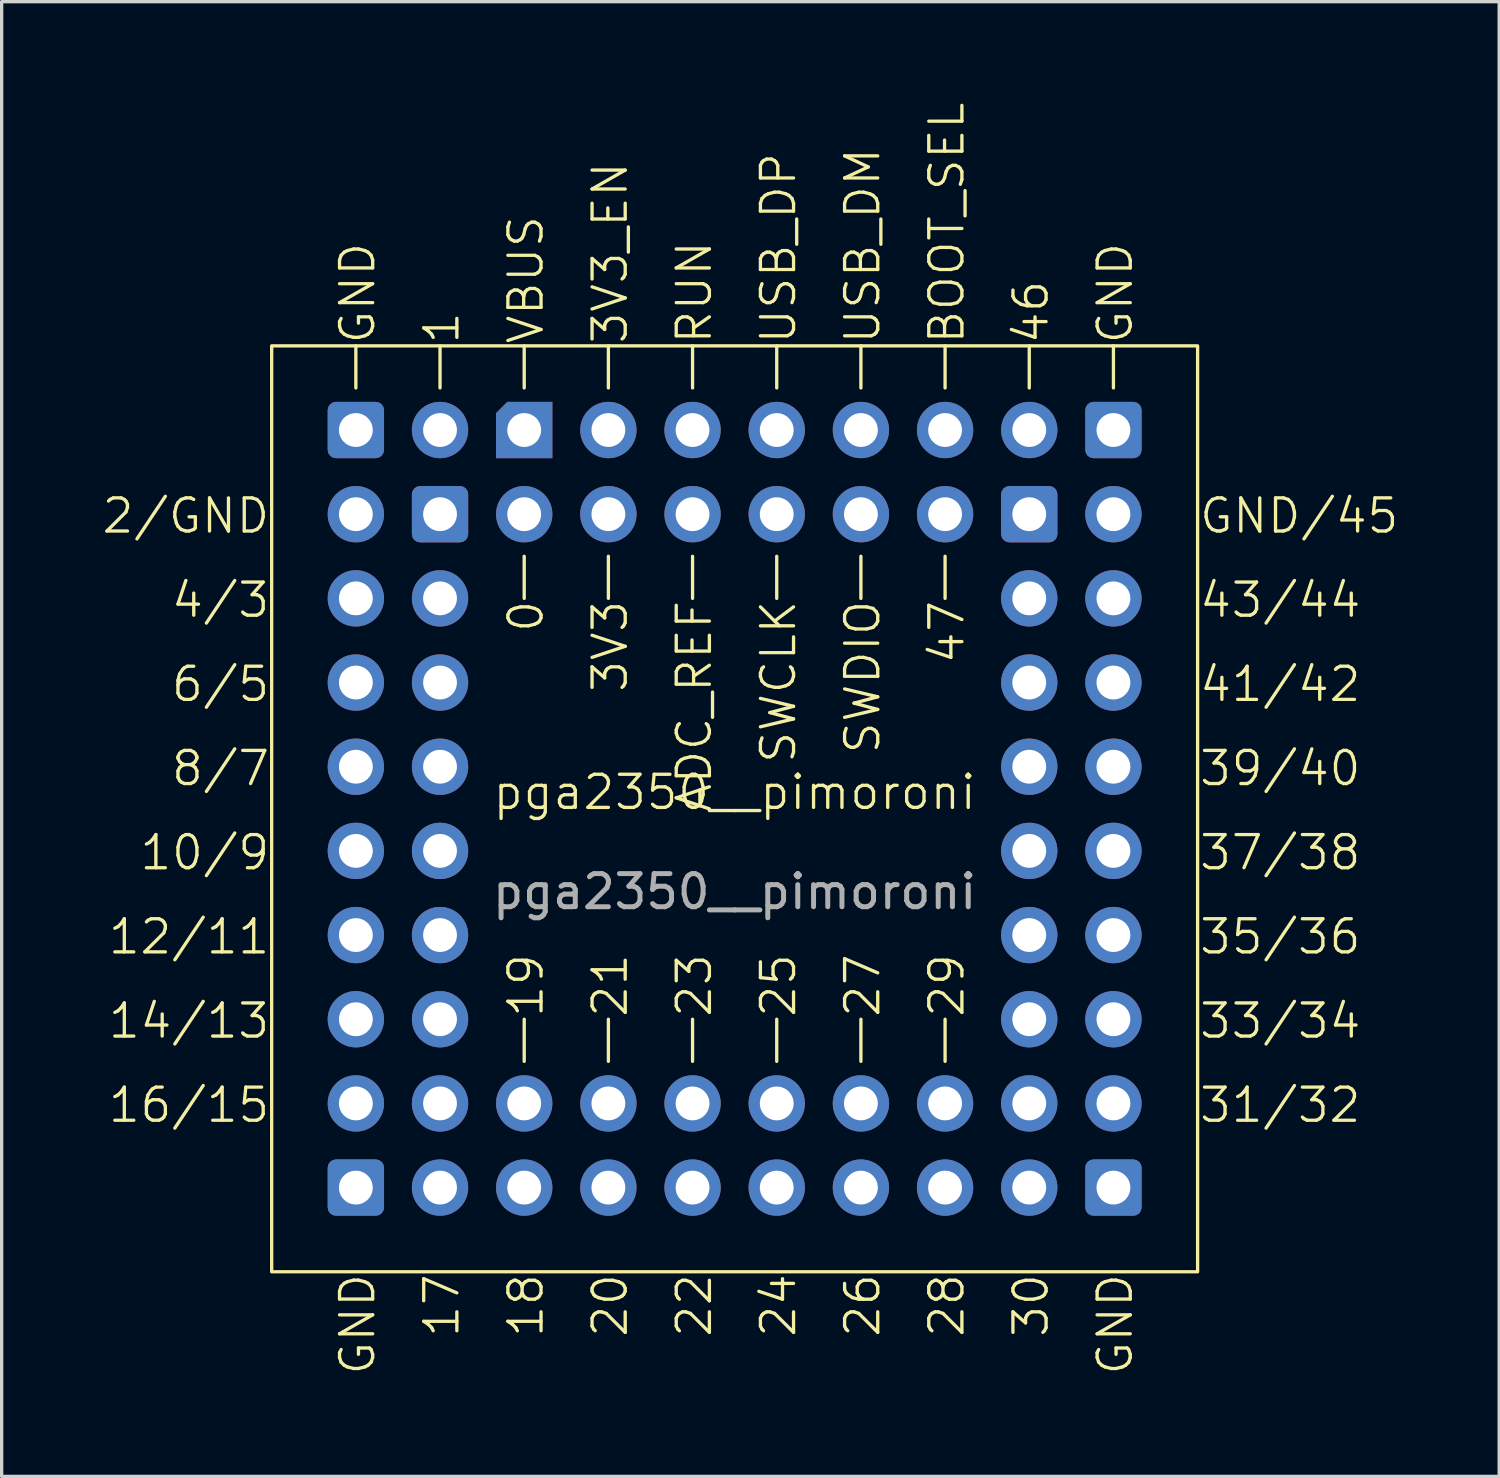
<source format=kicad_pcb>
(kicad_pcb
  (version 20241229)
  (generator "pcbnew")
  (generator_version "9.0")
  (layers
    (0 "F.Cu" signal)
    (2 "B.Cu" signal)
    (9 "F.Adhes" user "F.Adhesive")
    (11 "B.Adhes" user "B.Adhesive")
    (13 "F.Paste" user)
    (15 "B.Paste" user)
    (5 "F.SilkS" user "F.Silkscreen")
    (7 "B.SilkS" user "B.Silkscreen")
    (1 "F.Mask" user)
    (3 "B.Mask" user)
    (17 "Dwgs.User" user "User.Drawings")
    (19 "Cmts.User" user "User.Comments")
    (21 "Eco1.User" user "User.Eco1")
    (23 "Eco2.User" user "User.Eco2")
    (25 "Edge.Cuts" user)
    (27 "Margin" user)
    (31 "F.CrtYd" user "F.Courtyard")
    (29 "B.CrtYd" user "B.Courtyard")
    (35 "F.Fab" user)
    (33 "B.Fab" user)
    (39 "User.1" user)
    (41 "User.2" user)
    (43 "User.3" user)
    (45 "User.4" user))
  (footprint "pga2350__pimoroni"
    (layer "F.Cu")
    (at 19.118 21.356)
    (property "Reference" "pga2350__pimoroni" (at 0 -0.5 0) (unlocked yes) (layer "F.SilkS") (effects (font (size 1 1) (thickness 0.1))))
    (attr through_hole)
    (fp_line (start -11.43 -13.97) (end -11.43 -12.7) (stroke (width 0.1) (type default)) (layer "F.SilkS"))
    (fp_line (start -8.89 -13.97) (end -8.89 -12.7) (stroke (width 0.1) (type default)) (layer "F.SilkS"))
    (fp_line (start -6.35 -13.97) (end -6.35 -12.7) (stroke (width 0.1) (type default)) (layer "F.SilkS"))
    (fp_line (start -6.35 -6.35) (end -6.35 -7.62) (stroke (width 0.1) (type default)) (layer "F.SilkS"))
    (fp_line (start -6.35 7.62) (end -6.35 6.35) (stroke (width 0.1) (type default)) (layer "F.SilkS"))
    (fp_line (start -3.81 -13.97) (end -3.81 -12.7) (stroke (width 0.1) (type default)) (layer "F.SilkS"))
    (fp_line (start -3.81 -6.35) (end -3.81 -7.62) (stroke (width 0.1) (type default)) (layer "F.SilkS"))
    (fp_line (start -3.81 7.62) (end -3.81 6.35) (stroke (width 0.1) (type default)) (layer "F.SilkS"))
    (fp_line (start -1.27 -13.97) (end -1.27 -12.7) (stroke (width 0.1) (type default)) (layer "F.SilkS"))
    (fp_line (start -1.27 -6.35) (end -1.27 -7.62) (stroke (width 0.1) (type default)) (layer "F.SilkS"))
    (fp_line (start -1.27 7.62) (end -1.27 6.35) (stroke (width 0.1) (type default)) (layer "F.SilkS"))
    (fp_line (start 1.27 -13.97) (end 1.27 -12.7) (stroke (width 0.1) (type default)) (layer "F.SilkS"))
    (fp_line (start 1.27 -6.35) (end 1.27 -7.62) (stroke (width 0.1) (type default)) (layer "F.SilkS"))
    (fp_line (start 1.27 7.62) (end 1.27 6.35) (stroke (width 0.1) (type default)) (layer "F.SilkS"))
    (fp_line (start 3.81 -13.97) (end 3.81 -12.7) (stroke (width 0.1) (type default)) (layer "F.SilkS"))
    (fp_line (start 3.81 -6.35) (end 3.81 -7.62) (stroke (width 0.1) (type default)) (layer "F.SilkS"))
    (fp_line (start 3.81 7.62) (end 3.81 6.35) (stroke (width 0.1) (type default)) (layer "F.SilkS"))
    (fp_line (start 6.35 -13.97) (end 6.35 -12.7) (stroke (width 0.1) (type default)) (layer "F.SilkS"))
    (fp_line (start 6.35 -6.35) (end 6.35 -7.62) (stroke (width 0.1) (type default)) (layer "F.SilkS"))
    (fp_line (start 6.35 7.62) (end 6.35 6.35) (stroke (width 0.1) (type default)) (layer "F.SilkS"))
    (fp_line (start 8.89 -13.97) (end 8.89 -12.7) (stroke (width 0.1) (type default)) (layer "F.SilkS"))
    (fp_line (start 11.43 -13.97) (end 11.43 -12.7) (stroke (width 0.1) (type default)) (layer "F.SilkS"))
    (fp_rect (start -13.97 -13.97) (end 13.97 13.97) (stroke (width 0.1) (type default)) (fill no) (layer "F.SilkS"))
    (fp_text user "31/32" (at 13.97 9.525 0) (unlocked yes) (layer "F.SilkS") (effects (font (size 1 1) (thickness 0.1)) (justify left bottom)))
    (fp_text user "8/7" (at -13.97 -0.635 0) (unlocked yes) (layer "F.SilkS") (effects (font (size 1 1) (thickness 0.1)) (justify right bottom)))
    (fp_text user "37/38" (at 13.97 1.905 0) (unlocked yes) (layer "F.SilkS") (effects (font (size 1 1) (thickness 0.1)) (justify left bottom)))
    (fp_text user "30" (at 9.525 13.97 90) (unlocked yes) (layer "F.SilkS") (effects (font (size 1 1) (thickness 0.1)) (justify right bottom)))
    (fp_text user "25" (at 1.905 6.35 90) (unlocked yes) (layer "F.SilkS") (effects (font (size 1 1) (thickness 0.1)) (justify left bottom)))
    (fp_text user "USB_DP" (at 1.905 -13.97 90) (unlocked yes) (layer "F.SilkS") (effects (font (size 1 1) (thickness 0.1)) (justify left bottom)))
    (fp_text user "USB_DM" (at 4.445 -13.97 90) (unlocked yes) (layer "F.SilkS") (effects (font (size 1 1) (thickness 0.1)) (justify left bottom)))
    (fp_text user "12/11" (at -13.97 4.445 0) (unlocked yes) (layer "F.SilkS") (effects (font (size 1 1) (thickness 0.1)) (justify right bottom)))
    (fp_text user "21" (at -3.175 6.35 90) (unlocked yes) (layer "F.SilkS") (effects (font (size 1 1) (thickness 0.1)) (justify left bottom)))
    (fp_text user "0" (at -5.715 -6.35 90) (unlocked yes) (layer "F.SilkS") (effects (font (size 1 1) (thickness 0.1)) (justify right bottom)))
    (fp_text user "35/36" (at 13.97 4.445 0) (unlocked yes) (layer "F.SilkS") (effects (font (size 1 1) (thickness 0.1)) (justify left bottom)))
    (fp_text user "ADC_REF" (at -0.635 -6.35 90) (unlocked yes) (layer "F.SilkS") (effects (font (size 1 1) (thickness 0.1)) (justify right bottom)))
    (fp_text user "GND" (at 12.065 17.145 90) (unlocked yes) (layer "F.SilkS") (effects (font (size 1 1) (thickness 0.1)) (justify left bottom)))
    (fp_text user "SWCLK" (at 1.905 -6.35 90) (unlocked yes) (layer "F.SilkS") (effects (font (size 1 1) (thickness 0.1)) (justify right bottom)))
    (fp_text user "16/15" (at -13.97 9.525 0) (unlocked yes) (layer "F.SilkS") (effects (font (size 1 1) (thickness 0.1)) (justify right bottom)))
    (fp_text user "GND" (at -10.795 17.145 90) (unlocked yes) (layer "F.SilkS") (effects (font (size 1 1) (thickness 0.1)) (justify left bottom)))
    (fp_text user "23" (at -0.635 6.35 90) (unlocked yes) (layer "F.SilkS") (effects (font (size 1 1) (thickness 0.1)) (justify left bottom)))
    (fp_text user "26" (at 4.445 13.97 90) (unlocked yes) (layer "F.SilkS") (effects (font (size 1 1) (thickness 0.1)) (justify right bottom)))
    (fp_text user "17" (at -8.255 13.97 90) (unlocked yes) (layer "F.SilkS") (effects (font (size 1 1) (thickness 0.1)) (justify right bottom)))
    (fp_text user "46" (at 9.525 -13.97 90) (unlocked yes) (layer "F.SilkS") (effects (font (size 1 1) (thickness 0.1)) (justify left bottom)))
    (fp_text user "10/9" (at -13.97 1.905 0) (unlocked yes) (layer "F.SilkS") (effects (font (size 1 1) (thickness 0.1)) (justify right bottom)))
    (fp_text user "BOOT_SEL" (at 6.985 -13.97 90) (unlocked yes) (layer "F.SilkS") (effects (font (size 1 1) (thickness 0.1)) (justify left bottom)))
    (fp_text user "4/3" (at -13.97 -5.715 0) (unlocked yes) (layer "F.SilkS") (effects (font (size 1 1) (thickness 0.1)) (justify right bottom)))
    (fp_text user "1" (at -8.255 -13.97 90) (unlocked yes) (layer "F.SilkS") (effects (font (size 1 1) (thickness 0.1)) (justify left bottom)))
    (fp_text user "RUN" (at -0.635 -13.97 90) (unlocked yes) (layer "F.SilkS") (effects (font (size 1 1) (thickness 0.1)) (justify left bottom)))
    (fp_text user "29" (at 6.985 6.35 90) (unlocked yes) (layer "F.SilkS") (effects (font (size 1 1) (thickness 0.1)) (justify left bottom)))
    (fp_text user "GND" (at 12.065 -13.97 90) (unlocked yes) (layer "F.SilkS") (effects (font (size 1 1) (thickness 0.1)) (justify left bottom)))
    (fp_text user "20" (at -3.175 13.97 90) (unlocked yes) (layer "F.SilkS") (effects (font (size 1 1) (thickness 0.1)) (justify right bottom)))
    (fp_text user "SWDIO" (at 4.445 -6.35 90) (unlocked yes) (layer "F.SilkS") (effects (font (size 1 1) (thickness 0.1)) (justify right bottom)))
    (fp_text user "3V3" (at -3.175 -6.35 90) (unlocked yes) (layer "F.SilkS") (effects (font (size 1 1) (thickness 0.1)) (justify right bottom)))
    (fp_text user "33/34" (at 13.97 6.985 0) (unlocked yes) (layer "F.SilkS") (effects (font (size 1 1) (thickness 0.1)) (justify left bottom)))
    (fp_text user "GND/45" (at 13.97 -8.255 0) (unlocked yes) (layer "F.SilkS") (effects (font (size 1 1) (thickness 0.1)) (justify left bottom)))
    (fp_text user "28" (at 6.985 13.97 90) (unlocked yes) (layer "F.SilkS") (effects (font (size 1 1) (thickness 0.1)) (justify right bottom)))
    (fp_text user "39/40" (at 13.97 -0.635 0) (unlocked yes) (layer "F.SilkS") (effects (font (size 1 1) (thickness 0.1)) (justify left bottom)))
    (fp_text user "6/5" (at -13.97 -3.175 0) (unlocked yes) (layer "F.SilkS") (effects (font (size 1 1) (thickness 0.1)) (justify right bottom)))
    (fp_text user "18" (at -5.715 13.97 90) (unlocked yes) (layer "F.SilkS") (effects (font (size 1 1) (thickness 0.1)) (justify right bottom)))
    (fp_text user "41/42" (at 13.97 -3.175 0) (unlocked yes) (layer "F.SilkS") (effects (font (size 1 1) (thickness 0.1)) (justify left bottom)))
    (fp_text user "14/13" (at -13.97 6.985 0) (unlocked yes) (layer "F.SilkS") (effects (font (size 1 1) (thickness 0.1)) (justify right bottom)))
    (fp_text user "24" (at 1.905 13.97 90) (unlocked yes) (layer "F.SilkS") (effects (font (size 1 1) (thickness 0.1)) (justify right bottom)))
    (fp_text user "19" (at -5.715 6.35 90) (unlocked yes) (layer "F.SilkS") (effects (font (size 1 1) (thickness 0.1)) (justify left bottom)))
    (fp_text user "3V3_EN " (at -3.175 -13.97 90) (unlocked yes) (layer "F.SilkS") (effects (font (size 1 1) (thickness 0.1)) (justify left bottom)))
    (fp_text user "GND" (at -10.795 -13.97 90) (unlocked yes) (layer "F.SilkS") (effects (font (size 1 1) (thickness 0.1)) (justify left bottom)))
    (fp_text user "2/GND" (at -13.97 -8.255 0) (unlocked yes) (layer "F.SilkS") (effects (font (size 1 1) (thickness 0.1)) (justify right bottom)))
    (fp_text user "VBUS" (at -5.715 -13.97 90) (unlocked yes) (layer "F.SilkS") (effects (font (size 1 1) (thickness 0.1)) (justify left bottom)))
    (fp_text user "43/44" (at 13.97 -5.715 0) (unlocked yes) (layer "F.SilkS") (effects (font (size 1 1) (thickness 0.1)) (justify left bottom)))
    (fp_text user "47" (at 6.985 -6.35 90) (unlocked yes) (layer "F.SilkS") (effects (font (size 1 1) (thickness 0.1)) (justify right bottom)))
    (fp_text user "22" (at -0.635 13.97 90) (unlocked yes) (layer "F.SilkS") (effects (font (size 1 1) (thickness 0.1)) (justify right bottom)))
    (fp_text user "27" (at 4.445 6.35 90) (unlocked yes) (layer "F.SilkS") (effects (font (size 1 1) (thickness 0.1)) (justify left bottom)))
    (fp_text user "${REFERENCE}" (at 0 2.5 0) (unlocked yes) (layer "F.Fab") (effects (font (size 1 1) (thickness 0.15))))
    (pad "-" thru_hole roundrect (at -11.43 -11.43) (size 1.7 1.7) (drill oval 1.02) (layers "*.Cu" "*.Mask") (roundrect_rratio 0.147))
    (pad "-" thru_hole roundrect (at -11.43 11.43) (size 1.7 1.7) (drill oval 1.02) (layers "*.Cu" "*.Mask") (roundrect_rratio 0.147))
    (pad "-" thru_hole roundrect (at -8.89 -8.89) (size 1.7 1.7) (drill oval 1.02) (layers "*.Cu" "*.Mask") (roundrect_rratio 0.147))
    (pad "-" thru_hole roundrect (at 8.89 -8.89) (size 1.7 1.7) (drill oval 1.02) (layers "*.Cu" "*.Mask") (roundrect_rratio 0.147))
    (pad "-" thru_hole roundrect (at 11.43 -11.43) (size 1.7 1.7) (drill oval 1.02) (layers "*.Cu" "*.Mask") (roundrect_rratio 0.147))
    (pad "-" thru_hole roundrect (at 11.43 11.43) (size 1.7 1.7) (drill oval 1.02) (layers "*.Cu" "*.Mask") (roundrect_rratio 0.147))
    (pad "0" thru_hole oval (at -6.35 -8.89) (size 1.7 1.7) (drill oval 1.02) (layers "*.Cu" "*.Mask"))
    (pad "1" thru_hole oval (at -8.89 -11.43) (size 1.7 1.7) (drill oval 1.02) (layers "*.Cu" "*.Mask"))
    (pad "2" thru_hole oval (at -11.43 -8.89) (size 1.7 1.7) (drill oval 1.02) (layers "*.Cu" "*.Mask"))
    (pad "3" thru_hole oval (at -8.89 -6.35) (size 1.7 1.7) (drill oval 1.02) (layers "*.Cu" "*.Mask"))
    (pad "3E" thru_hole oval (at -3.81 -11.43) (size 1.7 1.7) (drill oval 1.02) (layers "*.Cu" "*.Mask"))
    (pad "3V" thru_hole oval (at -3.81 -8.89) (size 1.7 1.7) (drill oval 1.02) (layers "*.Cu" "*.Mask"))
    (pad "4" thru_hole oval (at -11.43 -6.35) (size 1.7 1.7) (drill oval 1.02) (layers "*.Cu" "*.Mask"))
    (pad "5" thru_hole oval (at -8.89 -3.81) (size 1.7 1.7) (drill oval 1.02) (layers "*.Cu" "*.Mask"))
    (pad "6" thru_hole oval (at -11.43 -3.81) (size 1.7 1.7) (drill oval 1.02) (layers "*.Cu" "*.Mask"))
    (pad "7" thru_hole oval (at -8.89 -1.27) (size 1.7 1.7) (drill oval 1.02) (layers "*.Cu" "*.Mask"))
    (pad "8" thru_hole oval (at -11.43 -1.27) (size 1.7 1.7) (drill oval 1.02) (layers "*.Cu" "*.Mask"))
    (pad "9" thru_hole oval (at -8.89 1.27) (size 1.7 1.7) (drill oval 1.02) (layers "*.Cu" "*.Mask"))
    (pad "10" thru_hole oval (at -11.43 1.27) (size 1.7 1.7) (drill oval 1.02) (layers "*.Cu" "*.Mask"))
    (pad "11" thru_hole oval (at -8.89 3.81) (size 1.7 1.7) (drill oval 1.02) (layers "*.Cu" "*.Mask"))
    (pad "12" thru_hole oval (at -11.43 3.81) (size 1.7 1.7) (drill oval 1.02) (layers "*.Cu" "*.Mask"))
    (pad "13" thru_hole oval (at -8.89 6.35) (size 1.7 1.7) (drill oval 1.02) (layers "*.Cu" "*.Mask"))
    (pad "14" thru_hole oval (at -11.43 6.35) (size 1.7 1.7) (drill oval 1.02) (layers "*.Cu" "*.Mask"))
    (pad "15" thru_hole oval (at -8.89 8.89) (size 1.7 1.7) (drill oval 1.02) (layers "*.Cu" "*.Mask"))
    (pad "16" thru_hole oval (at -11.43 8.89) (size 1.7 1.7) (drill oval 1.02) (layers "*.Cu" "*.Mask"))
    (pad "17" thru_hole oval (at -8.89 11.43) (size 1.7 1.7) (drill oval 1.02) (layers "*.Cu" "*.Mask"))
    (pad "18" thru_hole oval (at -6.35 11.43) (size 1.7 1.7) (drill oval 1.02) (layers "*.Cu" "*.Mask"))
    (pad "19" thru_hole oval (at -6.35 8.89) (size 1.7 1.7) (drill oval 1.02) (layers "*.Cu" "*.Mask"))
    (pad "20" thru_hole oval (at -3.81 11.43) (size 1.7 1.7) (drill oval 1.02) (layers "*.Cu" "*.Mask"))
    (pad "21" thru_hole oval (at -3.81 8.89) (size 1.7 1.7) (drill oval 1.02) (layers "*.Cu" "*.Mask"))
    (pad "22" thru_hole oval (at -1.27 11.43) (size 1.7 1.7) (drill oval 1.02) (layers "*.Cu" "*.Mask"))
    (pad "23" thru_hole oval (at -1.27 8.89) (size 1.7 1.7) (drill oval 1.02) (layers "*.Cu" "*.Mask"))
    (pad "24" thru_hole oval (at 1.27 11.43) (size 1.7 1.7) (drill oval 1.02) (layers "*.Cu" "*.Mask"))
    (pad "25" thru_hole oval (at 1.27 8.89) (size 1.7 1.7) (drill oval 1.02) (layers "*.Cu" "*.Mask"))
    (pad "26" thru_hole oval (at 3.81 11.43) (size 1.7 1.7) (drill oval 1.02) (layers "*.Cu" "*.Mask"))
    (pad "27" thru_hole oval (at 3.81 8.89) (size 1.7 1.7) (drill oval 1.02) (layers "*.Cu" "*.Mask"))
    (pad "28" thru_hole oval (at 6.35 11.43) (size 1.7 1.7) (drill oval 1.02) (layers "*.Cu" "*.Mask"))
    (pad "29" thru_hole oval (at 6.35 8.89) (size 1.7 1.7) (drill oval 1.02) (layers "*.Cu" "*.Mask"))
    (pad "30" thru_hole oval (at 8.89 11.43) (size 1.7 1.7) (drill oval 1.02) (layers "*.Cu" "*.Mask"))
    (pad "31" thru_hole oval (at 8.89 8.89) (size 1.7 1.7) (drill oval 1.02) (layers "*.Cu" "*.Mask"))
    (pad "32" thru_hole oval (at 11.43 8.89) (size 1.7 1.7) (drill oval 1.02) (layers "*.Cu" "*.Mask"))
    (pad "33" thru_hole oval (at 8.89 6.35) (size 1.7 1.7) (drill oval 1.02) (layers "*.Cu" "*.Mask"))
    (pad "34" thru_hole oval (at 11.43 6.35) (size 1.7 1.7) (drill oval 1.02) (layers "*.Cu" "*.Mask"))
    (pad "35" thru_hole oval (at 8.89 3.81) (size 1.7 1.7) (drill oval 1.02) (layers "*.Cu" "*.Mask"))
    (pad "36" thru_hole oval (at 11.43 3.81) (size 1.7 1.7) (drill oval 1.02) (layers "*.Cu" "*.Mask"))
    (pad "37" thru_hole oval (at 8.89 1.27) (size 1.7 1.7) (drill oval 1.02) (layers "*.Cu" "*.Mask"))
    (pad "38" thru_hole oval (at 11.43 1.27) (size 1.7 1.7) (drill oval 1.02) (layers "*.Cu" "*.Mask"))
    (pad "39" thru_hole oval (at 8.89 -1.27) (size 1.7 1.7) (drill oval 1.02) (layers "*.Cu" "*.Mask"))
    (pad "40" thru_hole oval (at 11.43 -1.27) (size 1.7 1.7) (drill oval 1.02) (layers "*.Cu" "*.Mask"))
    (pad "41" thru_hole oval (at 8.89 -3.81) (size 1.7 1.7) (drill oval 1.02) (layers "*.Cu" "*.Mask"))
    (pad "42" thru_hole oval (at 11.43 -3.81) (size 1.7 1.7) (drill oval 1.02) (layers "*.Cu" "*.Mask"))
    (pad "43" thru_hole oval (at 8.89 -6.35) (size 1.7 1.7) (drill oval 1.02) (layers "*.Cu" "*.Mask"))
    (pad "44" thru_hole oval (at 11.43 -6.35) (size 1.7 1.7) (drill oval 1.02) (layers "*.Cu" "*.Mask"))
    (pad "45" thru_hole oval (at 11.43 -8.89) (size 1.7 1.7) (drill oval 1.02) (layers "*.Cu" "*.Mask"))
    (pad "46" thru_hole oval (at 8.89 -11.43) (size 1.7 1.7) (drill oval 1.02) (layers "*.Cu" "*.Mask"))
    (pad "47" thru_hole oval (at 6.35 -8.89) (size 1.7 1.7) (drill oval 1.02) (layers "*.Cu" "*.Mask"))
    (pad "AV" thru_hole oval (at -1.27 -8.89) (size 1.7 1.7) (drill oval 1.02) (layers "*.Cu" "*.Mask"))
    (pad "BS" thru_hole oval (at 6.35 -11.43) (size 1.7 1.7) (drill oval 1.02) (layers "*.Cu" "*.Mask"))
    (pad "RU" thru_hole oval (at -1.27 -11.43) (size 1.7 1.7) (drill oval 1.02) (layers "*.Cu" "*.Mask"))
    (pad "SC" thru_hole oval (at 1.27 -8.89) (size 1.7 1.7) (drill oval 1.02) (layers "*.Cu" "*.Mask"))
    (pad "SD" thru_hole oval (at 3.81 -8.89) (size 1.7 1.7) (drill oval 1.02) (layers "*.Cu" "*.Mask"))
    (pad "U+" thru_hole oval (at 1.27 -11.43) (size 1.7 1.7) (drill oval 1.02) (layers "*.Cu" "*.Mask"))
    (pad "U-" thru_hole oval (at 3.81 -11.43) (size 1.7 1.7) (drill oval 1.02) (layers "*.Cu" "*.Mask"))
    (pad "VB" thru_hole roundrect (at -6.35 -11.43) (size 1.7 1.7) (drill oval 1.02) (layers "*.Cu" "*.Mask") (roundrect_rratio 0) (chamfer_ratio 0.2) (chamfer top_left)))
  (gr_rect
    (start -3 -3)
    (end 42.188 41.501)
    (stroke (width 0.1) (type default))
    (fill no)
    (layer "Edge.Cuts")))
</source>
